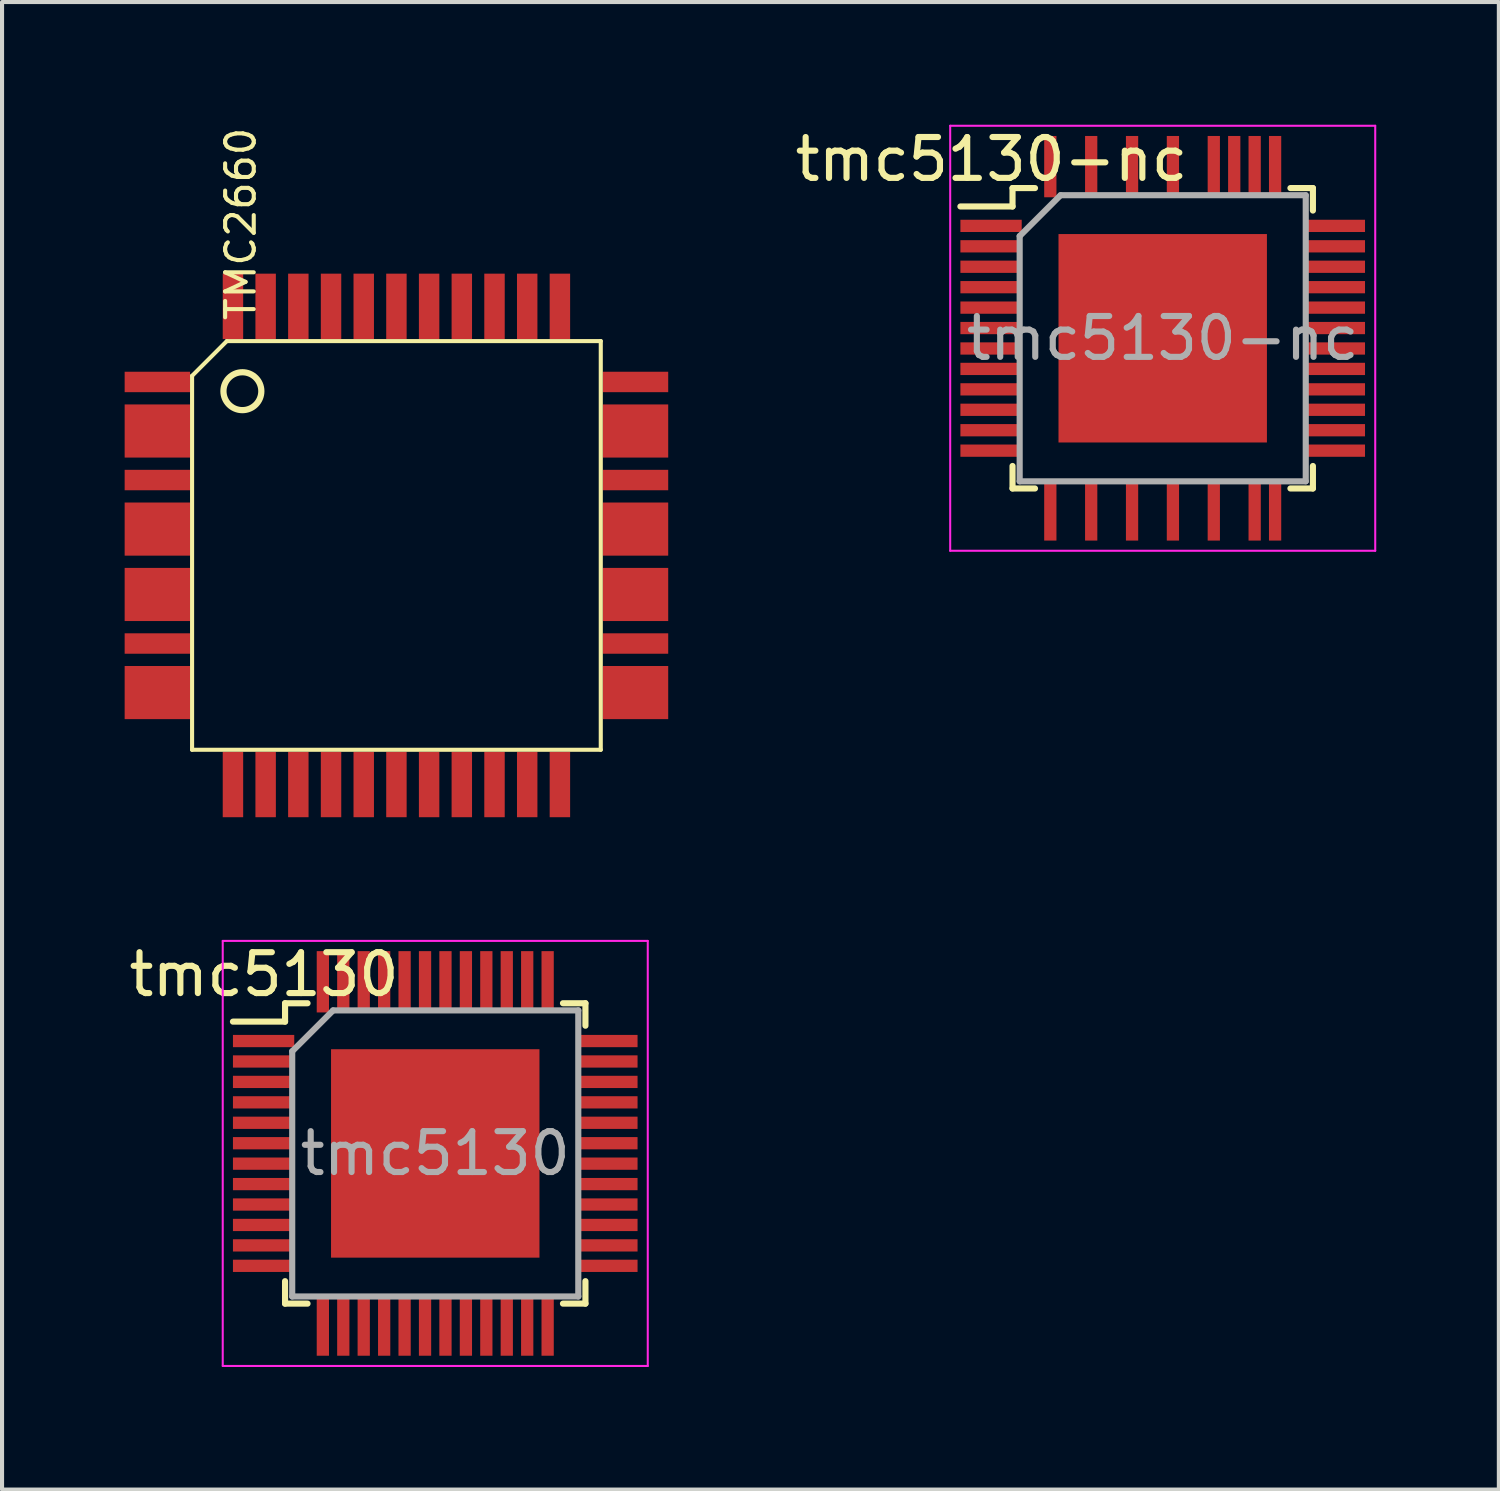
<source format=kicad_pcb>
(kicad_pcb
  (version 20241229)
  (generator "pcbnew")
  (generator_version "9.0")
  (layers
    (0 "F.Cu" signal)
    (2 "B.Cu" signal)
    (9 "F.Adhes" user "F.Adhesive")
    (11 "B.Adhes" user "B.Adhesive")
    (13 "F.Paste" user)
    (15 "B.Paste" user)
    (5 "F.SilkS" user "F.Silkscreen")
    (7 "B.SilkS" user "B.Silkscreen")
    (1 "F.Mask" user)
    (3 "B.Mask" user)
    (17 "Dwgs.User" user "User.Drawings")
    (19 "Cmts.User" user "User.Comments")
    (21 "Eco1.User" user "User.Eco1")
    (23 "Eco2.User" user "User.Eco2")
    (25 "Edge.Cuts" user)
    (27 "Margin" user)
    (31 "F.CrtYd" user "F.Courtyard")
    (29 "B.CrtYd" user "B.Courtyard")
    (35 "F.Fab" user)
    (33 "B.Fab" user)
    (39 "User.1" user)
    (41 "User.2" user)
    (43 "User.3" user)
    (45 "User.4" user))
  (footprint "TMC2660"
    (layer "F.Cu")
    (at 6.65 10.296)
    (property "Reference" "TMC2660" (at -3.81 -7.866 90) (layer "F.SilkS") (effects (font (size 0.7 0.7) (thickness 0.1))))
    (attr smd)
    (fp_line (start -5 -4.15) (end -4.15 -5) (stroke (width 0.1) (type solid)) (layer "F.SilkS"))
    (fp_line (start -5 5) (end -5 -4.15) (stroke (width 0.1) (type solid)) (layer "F.SilkS"))
    (fp_line (start -5 5) (end 5 5) (stroke (width 0.1) (type solid)) (layer "F.SilkS"))
    (fp_line (start -4.15 -5) (end 5 -5) (stroke (width 0.1) (type solid)) (layer "F.SilkS"))
    (fp_line (start 5 -5) (end 5 5) (stroke (width 0.1) (type solid)) (layer "F.SilkS"))
    (fp_circle (center -3.769 -3.774) (end -4.018 -3.383) (stroke (width 0.152) (type solid)) (fill no) (layer "F.SilkS"))
    (pad "1" smd rect (at -5.85 -4 90) (size 0.5 1.6) (layers "F.Cu" "F.Mask" "F.Paste"))
    (pad "2.3" smd rect (at -5.85 -2.8 90) (size 1.3 1.6) (layers "F.Cu" "F.Mask" "F.Paste"))
    (pad "4" smd rect (at -5.85 -1.6 90) (size 0.5 1.6) (layers "F.Cu" "F.Mask" "F.Paste"))
    (pad "5.6" smd rect (at -5.85 -0.4 90) (size 1.3 1.6) (layers "F.Cu" "F.Mask" "F.Paste"))
    (pad "7.8" smd rect (at -5.85 1.2 90) (size 1.3 1.6) (layers "F.Cu" "F.Mask" "F.Paste"))
    (pad "9" smd rect (at -5.85 2.4 90) (size 0.5 1.6) (layers "F.Cu" "F.Mask" "F.Paste"))
    (pad "10.1" smd rect (at -5.85 3.6 90) (size 1.3 1.6) (layers "F.Cu" "F.Mask" "F.Paste"))
    (pad "12" smd rect (at -4 5.85) (size 0.5 1.6) (layers "F.Cu" "F.Mask" "F.Paste"))
    (pad "13" smd rect (at -3.2 5.85) (size 0.5 1.6) (layers "F.Cu" "F.Mask" "F.Paste"))
    (pad "14" smd rect (at -2.4 5.85) (size 0.5 1.6) (layers "F.Cu" "F.Mask" "F.Paste"))
    (pad "15" smd rect (at -1.6 5.85) (size 0.5 1.6) (layers "F.Cu" "F.Mask" "F.Paste"))
    (pad "16" smd rect (at -0.8 5.85) (size 0.5 1.6) (layers "F.Cu" "F.Mask" "F.Paste"))
    (pad "17" smd rect (at 0 5.85) (size 0.5 1.6) (layers "F.Cu" "F.Mask" "F.Paste"))
    (pad "18" smd rect (at 0.8 5.85) (size 0.5 1.6) (layers "F.Cu" "F.Mask" "F.Paste"))
    (pad "19" smd rect (at 1.6 5.85) (size 0.5 1.6) (layers "F.Cu" "F.Mask" "F.Paste"))
    (pad "20" smd rect (at 2.4 5.85) (size 0.5 1.6) (layers "F.Cu" "F.Mask" "F.Paste"))
    (pad "21" smd rect (at 3.2 5.85) (size 0.5 1.6) (layers "F.Cu" "F.Mask" "F.Paste"))
    (pad "22" smd rect (at 4 5.85) (size 0.5 1.6) (layers "F.Cu" "F.Mask" "F.Paste"))
    (pad "23.4" smd rect (at 5.85 3.6 90) (size 1.3 1.6) (layers "F.Cu" "F.Mask" "F.Paste"))
    (pad "25" smd rect (at 5.85 2.4 90) (size 0.5 1.6) (layers "F.Cu" "F.Mask" "F.Paste"))
    (pad "26.7" smd rect (at 5.85 1.2 90) (size 1.3 1.6) (layers "F.Cu" "F.Mask" "F.Paste"))
    (pad "28.9" smd rect (at 5.85 -0.4 90) (size 1.3 1.6) (layers "F.Cu" "F.Mask" "F.Paste"))
    (pad "30" smd rect (at 5.85 -1.6 90) (size 0.5 1.6) (layers "F.Cu" "F.Mask" "F.Paste"))
    (pad "31.2" smd rect (at 5.85 -2.8 90) (size 1.3 1.6) (layers "F.Cu" "F.Mask" "F.Paste"))
    (pad "33" smd rect (at 5.85 -4 90) (size 0.5 1.6) (layers "F.Cu" "F.Mask" "F.Paste"))
    (pad "34" smd rect (at 4 -5.85) (size 0.5 1.6) (layers "F.Cu" "F.Mask" "F.Paste"))
    (pad "35" smd rect (at 3.2 -5.85) (size 0.5 1.6) (layers "F.Cu" "F.Mask" "F.Paste"))
    (pad "36" smd rect (at 2.4 -5.85) (size 0.5 1.6) (layers "F.Cu" "F.Mask" "F.Paste"))
    (pad "37" smd rect (at 1.6 -5.85) (size 0.5 1.6) (layers "F.Cu" "F.Mask" "F.Paste"))
    (pad "38" smd rect (at 0.8 -5.85) (size 0.5 1.6) (layers "F.Cu" "F.Mask" "F.Paste"))
    (pad "39" smd rect (at 0 -5.85) (size 0.5 1.6) (layers "F.Cu" "F.Mask" "F.Paste"))
    (pad "40" smd rect (at -0.8 -5.85) (size 0.5 1.6) (layers "F.Cu" "F.Mask" "F.Paste"))
    (pad "41" smd rect (at -1.6 -5.85) (size 0.5 1.6) (layers "F.Cu" "F.Mask" "F.Paste"))
    (pad "42" smd rect (at -2.4 -5.85) (size 0.5 1.6) (layers "F.Cu" "F.Mask" "F.Paste"))
    (pad "43" smd rect (at -3.2 -5.85) (size 0.5 1.6) (layers "F.Cu" "F.Mask" "F.Paste"))
    (pad "44" smd rect (at -4 -5.85) (size 0.5 1.6) (layers "F.Cu" "F.Mask" "F.Paste")))
  (footprint "tmc5130-nc"
    (layer "F.Cu")
    (at 25.4 5.227)
    (property "Reference" "tmc5130-nc" (at -4.189 -4.379 0) (layer "F.SilkS") (effects (font (size 1 1) (thickness 0.15))))
    (attr smd)
    (fp_line (start -3.675 -3.675) (end -3.675 -3.225) (stroke (width 0.15) (type solid)) (layer "F.SilkS"))
    (fp_line (start -3.675 -3.675) (end -3.125 -3.675) (stroke (width 0.15) (type solid)) (layer "F.SilkS"))
    (fp_line (start -3.675 -3.225) (end -4.95 -3.225) (stroke (width 0.15) (type solid)) (layer "F.SilkS"))
    (fp_line (start -3.675 3.675) (end -3.675 3.125) (stroke (width 0.15) (type solid)) (layer "F.SilkS"))
    (fp_line (start -3.675 3.675) (end -3.125 3.675) (stroke (width 0.15) (type solid)) (layer "F.SilkS"))
    (fp_line (start 3.675 -3.675) (end 3.125 -3.675) (stroke (width 0.15) (type solid)) (layer "F.SilkS"))
    (fp_line (start 3.675 -3.675) (end 3.675 -3.125) (stroke (width 0.15) (type solid)) (layer "F.SilkS"))
    (fp_line (start 3.675 3.675) (end 3.125 3.675) (stroke (width 0.15) (type solid)) (layer "F.SilkS"))
    (fp_line (start 3.675 3.675) (end 3.675 3.125) (stroke (width 0.15) (type solid)) (layer "F.SilkS"))
    (fp_line (start -5.2 -5.2) (end -5.2 5.2) (stroke (width 0.05) (type solid)) (layer "F.CrtYd"))
    (fp_line (start -5.2 -5.2) (end 5.2 -5.2) (stroke (width 0.05) (type solid)) (layer "F.CrtYd"))
    (fp_line (start -5.2 5.2) (end 5.2 5.2) (stroke (width 0.05) (type solid)) (layer "F.CrtYd"))
    (fp_line (start 5.2 -5.2) (end 5.2 5.2) (stroke (width 0.05) (type solid)) (layer "F.CrtYd"))
    (fp_line (start -3.5 -2.5) (end -2.5 -3.5) (stroke (width 0.15) (type solid)) (layer "F.Fab"))
    (fp_line (start -3.5 3.5) (end -3.5 -2.5) (stroke (width 0.15) (type solid)) (layer "F.Fab"))
    (fp_line (start -2.5 -3.5) (end 3.5 -3.5) (stroke (width 0.15) (type solid)) (layer "F.Fab"))
    (fp_line (start 3.5 -3.5) (end 3.5 3.5) (stroke (width 0.15) (type solid)) (layer "F.Fab"))
    (fp_line (start 3.5 3.5) (end -3.5 3.5) (stroke (width 0.15) (type solid)) (layer "F.Fab"))
    (fp_text user "${REFERENCE}" (at 0 0 0) (layer "F.Fab") (effects (font (size 1 1) (thickness 0.15))))
    (pad "" smd rect (at -0.875 -0.875) (size 1.35 1.35) (layers "F.Paste"))
    (pad "" smd rect (at -0.875 0.875) (size 1.35 1.35) (layers "F.Paste"))
    (pad "" smd rect (at 0.875 -0.875) (size 1.35 1.35) (layers "F.Paste"))
    (pad "" smd rect (at 0.875 0.875) (size 1.35 1.35) (layers "F.Paste"))
    (pad "1" smd rect (at -4.2 -2.75) (size 1.5 0.3) (layers "F.Cu" "F.Mask" "F.Paste"))
    (pad "2" smd rect (at -4.2 -2.25) (size 1.5 0.3) (layers "F.Cu" "F.Mask" "F.Paste"))
    (pad "3" smd rect (at -4.2 -1.75) (size 1.5 0.3) (layers "F.Cu" "F.Mask" "F.Paste"))
    (pad "4" smd rect (at -4.2 -1.25) (size 1.5 0.3) (layers "F.Cu" "F.Mask" "F.Paste"))
    (pad "5" smd rect (at -4.2 -0.75) (size 1.5 0.3) (layers "F.Cu" "F.Mask" "F.Paste"))
    (pad "6" smd rect (at -4.2 -0.25) (size 1.5 0.3) (layers "F.Cu" "F.Mask" "F.Paste"))
    (pad "7" smd rect (at -4.2 0.25) (size 1.5 0.3) (layers "F.Cu" "F.Mask" "F.Paste"))
    (pad "8" smd rect (at -4.2 0.75) (size 1.5 0.3) (layers "F.Cu" "F.Mask" "F.Paste"))
    (pad "9" smd rect (at -4.2 1.25) (size 1.5 0.3) (layers "F.Cu" "F.Mask" "F.Paste"))
    (pad "10" smd rect (at -4.2 1.75) (size 1.5 0.3) (layers "F.Cu" "F.Mask" "F.Paste"))
    (pad "11" smd rect (at -4.2 2.25) (size 1.5 0.3) (layers "F.Cu" "F.Mask" "F.Paste"))
    (pad "12" smd rect (at -4.2 2.75) (size 1.5 0.3) (layers "F.Cu" "F.Mask" "F.Paste"))
    (pad "13" smd rect (at -2.75 4.2 90) (size 1.5 0.3) (layers "F.Cu" "F.Mask" "F.Paste"))
    (pad "15" smd rect (at -1.75 4.2 90) (size 1.5 0.3) (layers "F.Cu" "F.Mask" "F.Paste"))
    (pad "17" smd rect (at -0.75 4.2 90) (size 1.5 0.3) (layers "F.Cu" "F.Mask" "F.Paste"))
    (pad "19" smd rect (at 0.25 4.2 90) (size 1.5 0.3) (layers "F.Cu" "F.Mask" "F.Paste"))
    (pad "21" smd rect (at 1.25 4.2 90) (size 1.5 0.3) (layers "F.Cu" "F.Mask" "F.Paste"))
    (pad "23" smd rect (at 2.25 4.2 90) (size 1.5 0.3) (layers "F.Cu" "F.Mask" "F.Paste"))
    (pad "24" smd rect (at 2.75 4.2 90) (size 1.5 0.3) (layers "F.Cu" "F.Mask" "F.Paste"))
    (pad "25" smd rect (at 4.2 2.75) (size 1.5 0.3) (layers "F.Cu" "F.Mask" "F.Paste"))
    (pad "26" smd rect (at 4.2 2.25) (size 1.5 0.3) (layers "F.Cu" "F.Mask" "F.Paste"))
    (pad "27" smd rect (at 4.2 1.75) (size 1.5 0.3) (layers "F.Cu" "F.Mask" "F.Paste"))
    (pad "28" smd rect (at 4.2 1.25) (size 1.5 0.3) (layers "F.Cu" "F.Mask" "F.Paste"))
    (pad "29" smd rect (at 4.2 0.75) (size 1.5 0.3) (layers "F.Cu" "F.Mask" "F.Paste"))
    (pad "30" smd rect (at 4.2 0.25) (size 1.5 0.3) (layers "F.Cu" "F.Mask" "F.Paste"))
    (pad "31" smd rect (at 4.2 -0.25) (size 1.5 0.3) (layers "F.Cu" "F.Mask" "F.Paste"))
    (pad "32" smd rect (at 4.2 -0.75) (size 1.5 0.3) (layers "F.Cu" "F.Mask" "F.Paste"))
    (pad "33" smd rect (at 4.2 -1.25) (size 1.5 0.3) (layers "F.Cu" "F.Mask" "F.Paste"))
    (pad "34" smd rect (at 4.2 -1.75) (size 1.5 0.3) (layers "F.Cu" "F.Mask" "F.Paste"))
    (pad "35" smd rect (at 4.2 -2.25) (size 1.5 0.3) (layers "F.Cu" "F.Mask" "F.Paste"))
    (pad "36" smd rect (at 4.2 -2.75) (size 1.5 0.3) (layers "F.Cu" "F.Mask" "F.Paste"))
    (pad "37" smd rect (at 2.75 -4.2 90) (size 1.5 0.3) (layers "F.Cu" "F.Mask" "F.Paste"))
    (pad "38" smd rect (at 2.25 -4.2 90) (size 1.5 0.3) (layers "F.Cu" "F.Mask" "F.Paste"))
    (pad "39" smd rect (at 1.75 -4.2 90) (size 1.5 0.3) (layers "F.Cu" "F.Mask" "F.Paste"))
    (pad "40" smd rect (at 1.25 -4.2 90) (size 1.5 0.3) (layers "F.Cu" "F.Mask" "F.Paste"))
    (pad "42" smd rect (at 0.25 -4.2 90) (size 1.5 0.3) (layers "F.Cu" "F.Mask" "F.Paste"))
    (pad "44" smd rect (at -0.75 -4.2 90) (size 1.5 0.3) (layers "F.Cu" "F.Mask" "F.Paste"))
    (pad "46" smd rect (at -1.75 -4.2 90) (size 1.5 0.3) (layers "F.Cu" "F.Mask" "F.Paste"))
    (pad "48" smd rect (at -2.75 -4.2 90) (size 1.5 0.3) (layers "F.Cu" "F.Mask" "F.Paste"))
    (pad "49" smd rect (at 0 0) (size 5.1 5.1) (layers "F.Cu" "F.Mask")))
  (footprint "tmc5130"
    (layer "F.Cu")
    (at 7.6 25.173)
    (property "Reference" "tmc5130" (at -4.189 -4.379 0) (layer "F.SilkS") (effects (font (size 1 1) (thickness 0.15))))
    (attr smd)
    (fp_line (start -3.675 -3.675) (end -3.675 -3.225) (stroke (width 0.15) (type solid)) (layer "F.SilkS"))
    (fp_line (start -3.675 -3.675) (end -3.125 -3.675) (stroke (width 0.15) (type solid)) (layer "F.SilkS"))
    (fp_line (start -3.675 -3.225) (end -4.95 -3.225) (stroke (width 0.15) (type solid)) (layer "F.SilkS"))
    (fp_line (start -3.675 3.675) (end -3.675 3.125) (stroke (width 0.15) (type solid)) (layer "F.SilkS"))
    (fp_line (start -3.675 3.675) (end -3.125 3.675) (stroke (width 0.15) (type solid)) (layer "F.SilkS"))
    (fp_line (start 3.675 -3.675) (end 3.125 -3.675) (stroke (width 0.15) (type solid)) (layer "F.SilkS"))
    (fp_line (start 3.675 -3.675) (end 3.675 -3.125) (stroke (width 0.15) (type solid)) (layer "F.SilkS"))
    (fp_line (start 3.675 3.675) (end 3.125 3.675) (stroke (width 0.15) (type solid)) (layer "F.SilkS"))
    (fp_line (start 3.675 3.675) (end 3.675 3.125) (stroke (width 0.15) (type solid)) (layer "F.SilkS"))
    (fp_line (start -5.2 -5.2) (end -5.2 5.2) (stroke (width 0.05) (type solid)) (layer "F.CrtYd"))
    (fp_line (start -5.2 -5.2) (end 5.2 -5.2) (stroke (width 0.05) (type solid)) (layer "F.CrtYd"))
    (fp_line (start -5.2 5.2) (end 5.2 5.2) (stroke (width 0.05) (type solid)) (layer "F.CrtYd"))
    (fp_line (start 5.2 -5.2) (end 5.2 5.2) (stroke (width 0.05) (type solid)) (layer "F.CrtYd"))
    (fp_line (start -3.5 -2.5) (end -2.5 -3.5) (stroke (width 0.15) (type solid)) (layer "F.Fab"))
    (fp_line (start -3.5 3.5) (end -3.5 -2.5) (stroke (width 0.15) (type solid)) (layer "F.Fab"))
    (fp_line (start -2.5 -3.5) (end 3.5 -3.5) (stroke (width 0.15) (type solid)) (layer "F.Fab"))
    (fp_line (start 3.5 -3.5) (end 3.5 3.5) (stroke (width 0.15) (type solid)) (layer "F.Fab"))
    (fp_line (start 3.5 3.5) (end -3.5 3.5) (stroke (width 0.15) (type solid)) (layer "F.Fab"))
    (fp_text user "${REFERENCE}" (at 0 0 0) (layer "F.Fab") (effects (font (size 1 1) (thickness 0.15))))
    (pad "" smd rect (at -0.875 -0.875) (size 1.35 1.35) (layers "F.Paste"))
    (pad "" smd rect (at -0.875 0.875) (size 1.35 1.35) (layers "F.Paste"))
    (pad "" smd rect (at 0.875 -0.875) (size 1.35 1.35) (layers "F.Paste"))
    (pad "" smd rect (at 0.875 0.875) (size 1.35 1.35) (layers "F.Paste"))
    (pad "1" smd rect (at -4.2 -2.75) (size 1.5 0.3) (layers "F.Cu" "F.Mask" "F.Paste"))
    (pad "2" smd rect (at -4.2 -2.25) (size 1.5 0.3) (layers "F.Cu" "F.Mask" "F.Paste"))
    (pad "3" smd rect (at -4.2 -1.75) (size 1.5 0.3) (layers "F.Cu" "F.Mask" "F.Paste"))
    (pad "4" smd rect (at -4.2 -1.25) (size 1.5 0.3) (layers "F.Cu" "F.Mask" "F.Paste"))
    (pad "5" smd rect (at -4.2 -0.75) (size 1.5 0.3) (layers "F.Cu" "F.Mask" "F.Paste"))
    (pad "6" smd rect (at -4.2 -0.25) (size 1.5 0.3) (layers "F.Cu" "F.Mask" "F.Paste"))
    (pad "7" smd rect (at -4.2 0.25) (size 1.5 0.3) (layers "F.Cu" "F.Mask" "F.Paste"))
    (pad "8" smd rect (at -4.2 0.75) (size 1.5 0.3) (layers "F.Cu" "F.Mask" "F.Paste"))
    (pad "9" smd rect (at -4.2 1.25) (size 1.5 0.3) (layers "F.Cu" "F.Mask" "F.Paste"))
    (pad "10" smd rect (at -4.2 1.75) (size 1.5 0.3) (layers "F.Cu" "F.Mask" "F.Paste"))
    (pad "11" smd rect (at -4.2 2.25) (size 1.5 0.3) (layers "F.Cu" "F.Mask" "F.Paste"))
    (pad "12" smd rect (at -4.2 2.75) (size 1.5 0.3) (layers "F.Cu" "F.Mask" "F.Paste"))
    (pad "13" smd rect (at -2.75 4.2 90) (size 1.5 0.3) (layers "F.Cu" "F.Mask" "F.Paste"))
    (pad "14" smd rect (at -2.25 4.2 90) (size 1.5 0.3) (layers "F.Cu" "F.Mask" "F.Paste"))
    (pad "15" smd rect (at -1.75 4.2 90) (size 1.5 0.3) (layers "F.Cu" "F.Mask" "F.Paste"))
    (pad "16" smd rect (at -1.25 4.2 90) (size 1.5 0.3) (layers "F.Cu" "F.Mask" "F.Paste"))
    (pad "17" smd rect (at -0.75 4.2 90) (size 1.5 0.3) (layers "F.Cu" "F.Mask" "F.Paste"))
    (pad "18" smd rect (at -0.25 4.2 90) (size 1.5 0.3) (layers "F.Cu" "F.Mask" "F.Paste"))
    (pad "19" smd rect (at 0.25 4.2 90) (size 1.5 0.3) (layers "F.Cu" "F.Mask" "F.Paste"))
    (pad "20" smd rect (at 0.75 4.2 90) (size 1.5 0.3) (layers "F.Cu" "F.Mask" "F.Paste"))
    (pad "21" smd rect (at 1.25 4.2 90) (size 1.5 0.3) (layers "F.Cu" "F.Mask" "F.Paste"))
    (pad "22" smd rect (at 1.75 4.2 90) (size 1.5 0.3) (layers "F.Cu" "F.Mask" "F.Paste"))
    (pad "23" smd rect (at 2.25 4.2 90) (size 1.5 0.3) (layers "F.Cu" "F.Mask" "F.Paste"))
    (pad "24" smd rect (at 2.75 4.2 90) (size 1.5 0.3) (layers "F.Cu" "F.Mask" "F.Paste"))
    (pad "25" smd rect (at 4.2 2.75) (size 1.5 0.3) (layers "F.Cu" "F.Mask" "F.Paste"))
    (pad "26" smd rect (at 4.2 2.25) (size 1.5 0.3) (layers "F.Cu" "F.Mask" "F.Paste"))
    (pad "27" smd rect (at 4.2 1.75) (size 1.5 0.3) (layers "F.Cu" "F.Mask" "F.Paste"))
    (pad "28" smd rect (at 4.2 1.25) (size 1.5 0.3) (layers "F.Cu" "F.Mask" "F.Paste"))
    (pad "29" smd rect (at 4.2 0.75) (size 1.5 0.3) (layers "F.Cu" "F.Mask" "F.Paste"))
    (pad "30" smd rect (at 4.2 0.25) (size 1.5 0.3) (layers "F.Cu" "F.Mask" "F.Paste"))
    (pad "31" smd rect (at 4.2 -0.25) (size 1.5 0.3) (layers "F.Cu" "F.Mask" "F.Paste"))
    (pad "32" smd rect (at 4.2 -0.75) (size 1.5 0.3) (layers "F.Cu" "F.Mask" "F.Paste"))
    (pad "33" smd rect (at 4.2 -1.25) (size 1.5 0.3) (layers "F.Cu" "F.Mask" "F.Paste"))
    (pad "34" smd rect (at 4.2 -1.75) (size 1.5 0.3) (layers "F.Cu" "F.Mask" "F.Paste"))
    (pad "35" smd rect (at 4.2 -2.25) (size 1.5 0.3) (layers "F.Cu" "F.Mask" "F.Paste"))
    (pad "36" smd rect (at 4.2 -2.75) (size 1.5 0.3) (layers "F.Cu" "F.Mask" "F.Paste"))
    (pad "37" smd rect (at 2.75 -4.2 90) (size 1.5 0.3) (layers "F.Cu" "F.Mask" "F.Paste"))
    (pad "38" smd rect (at 2.25 -4.2 90) (size 1.5 0.3) (layers "F.Cu" "F.Mask" "F.Paste"))
    (pad "39" smd rect (at 1.75 -4.2 90) (size 1.5 0.3) (layers "F.Cu" "F.Mask" "F.Paste"))
    (pad "40" smd rect (at 1.25 -4.2 90) (size 1.5 0.3) (layers "F.Cu" "F.Mask" "F.Paste"))
    (pad "41" smd rect (at 0.75 -4.2 90) (size 1.5 0.3) (layers "F.Cu" "F.Mask" "F.Paste"))
    (pad "42" smd rect (at 0.25 -4.2 90) (size 1.5 0.3) (layers "F.Cu" "F.Mask" "F.Paste"))
    (pad "43" smd rect (at -0.25 -4.2 90) (size 1.5 0.3) (layers "F.Cu" "F.Mask" "F.Paste"))
    (pad "44" smd rect (at -0.75 -4.2 90) (size 1.5 0.3) (layers "F.Cu" "F.Mask" "F.Paste"))
    (pad "45" smd rect (at -1.25 -4.2 90) (size 1.5 0.3) (layers "F.Cu" "F.Mask" "F.Paste"))
    (pad "46" smd rect (at -1.75 -4.2 90) (size 1.5 0.3) (layers "F.Cu" "F.Mask" "F.Paste"))
    (pad "47" smd rect (at -2.25 -4.2 90) (size 1.5 0.3) (layers "F.Cu" "F.Mask" "F.Paste"))
    (pad "48" smd rect (at -2.75 -4.2 90) (size 1.5 0.3) (layers "F.Cu" "F.Mask" "F.Paste"))
    (pad "49" smd rect (at 0 0) (size 5.1 5.1) (layers "F.Cu" "F.Mask")))
  (gr_rect
    (start -3 -3)
    (end 33.625 33.398)
    (stroke (width 0.1) (type default))
    (fill no)
    (layer "Edge.Cuts")))
</source>
